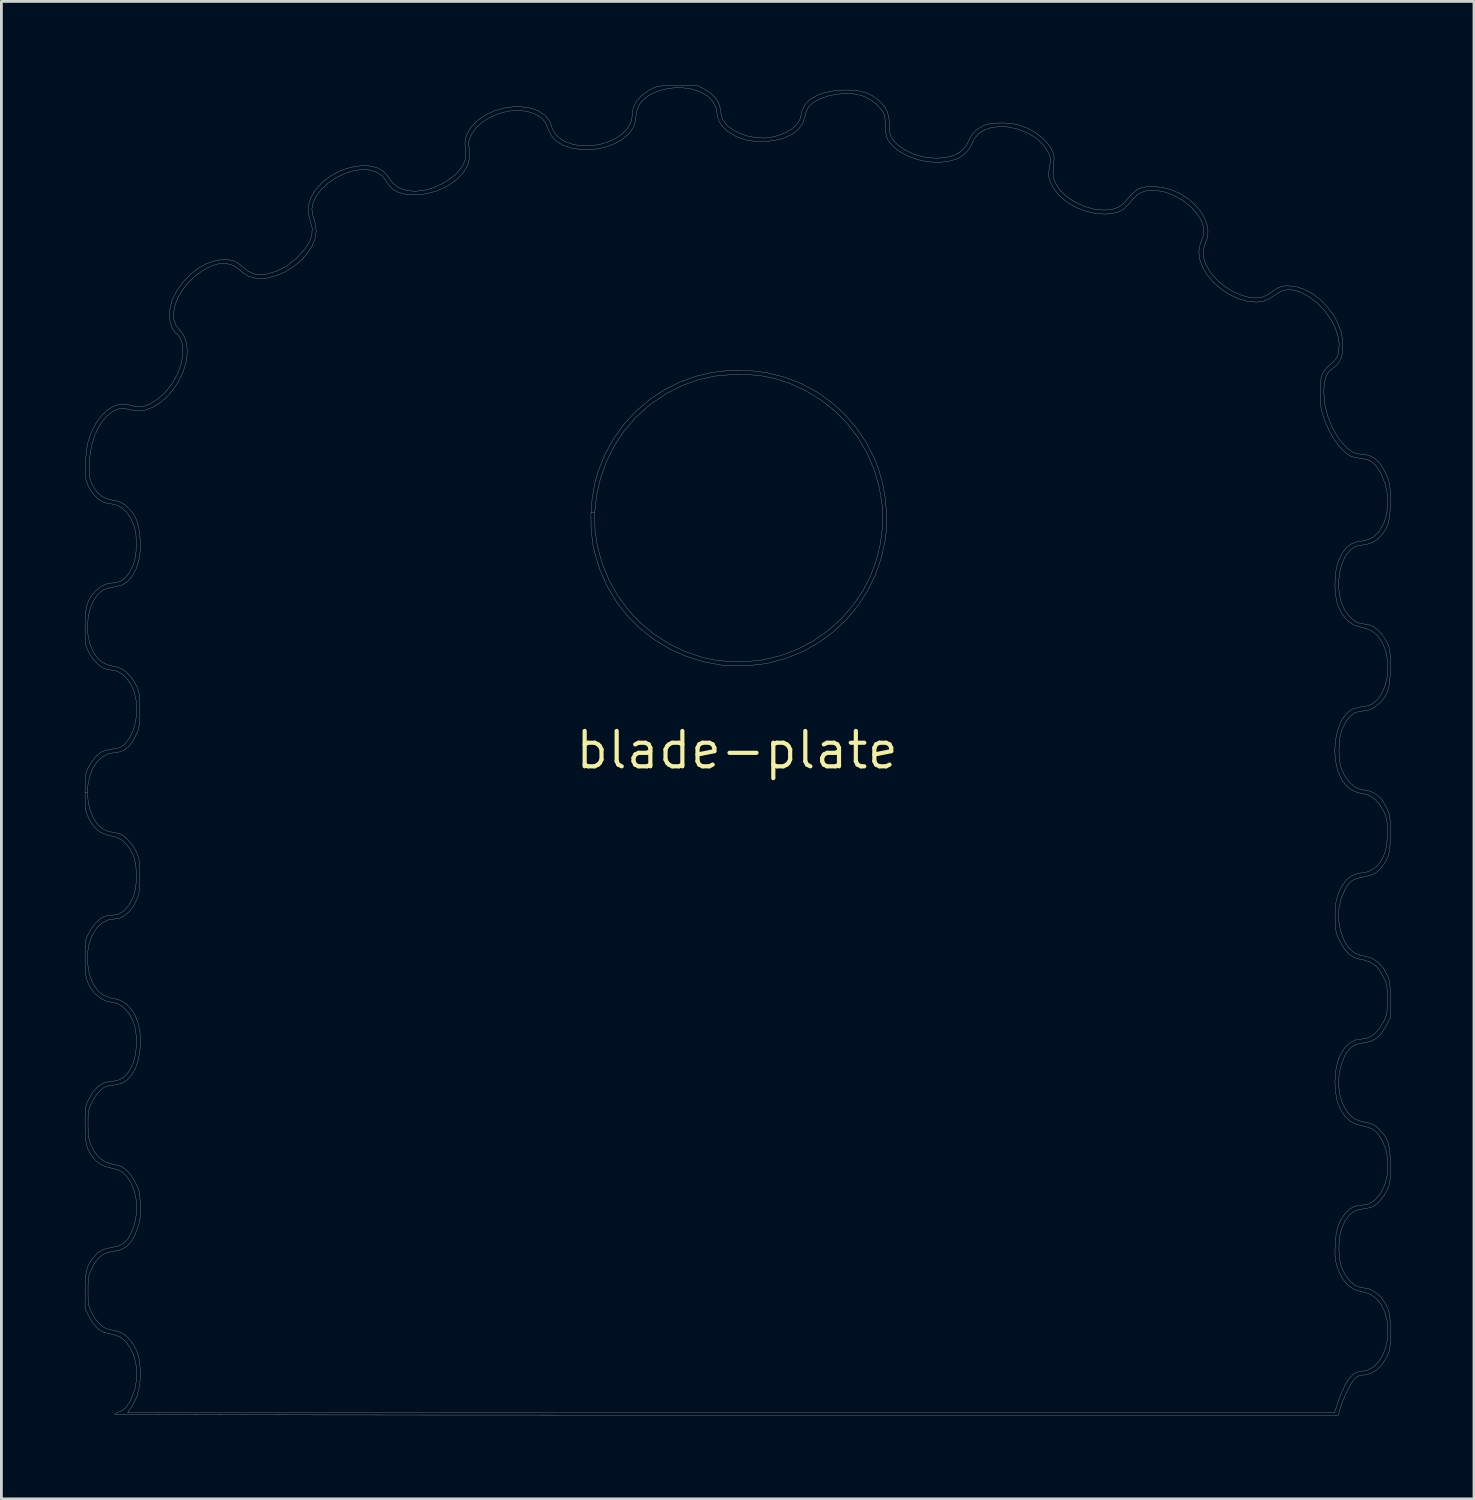
<source format=kicad_pcb>
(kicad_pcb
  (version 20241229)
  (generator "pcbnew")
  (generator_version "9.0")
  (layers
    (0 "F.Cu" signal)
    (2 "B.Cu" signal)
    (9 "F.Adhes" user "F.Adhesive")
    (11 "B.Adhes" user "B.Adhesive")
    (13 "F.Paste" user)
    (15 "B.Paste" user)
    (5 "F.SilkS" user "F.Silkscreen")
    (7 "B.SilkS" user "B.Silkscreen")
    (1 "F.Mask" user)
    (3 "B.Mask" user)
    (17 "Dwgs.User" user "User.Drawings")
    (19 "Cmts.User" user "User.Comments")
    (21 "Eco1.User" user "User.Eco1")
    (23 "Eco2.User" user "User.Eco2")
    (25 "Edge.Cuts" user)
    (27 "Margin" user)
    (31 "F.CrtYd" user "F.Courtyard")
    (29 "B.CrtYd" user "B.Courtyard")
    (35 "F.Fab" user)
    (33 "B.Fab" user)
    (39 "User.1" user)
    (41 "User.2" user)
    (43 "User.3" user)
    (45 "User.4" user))
  (footprint "blade-plate"
    (layer "F.Cu")
    (at 23.415 23.884)
    (property "Reference" "blade-plate" (at 0 0 0) (layer "F.SilkS") (effects (font (size 1.27 1.27) (thickness 0.15))))
    (attr through_hole)
    (fp_poly (pts (xy 0.396 -13.637) (xy 1.047 -13.556) (xy 1.701 -13.395) (xy 1.709 -13.392) (xy 2.306 -13.162) (xy 2.869 -12.858) (xy 3.391 -12.486) (xy 3.866 -12.054) (xy 4.287 -11.567) (xy 4.647 -11.031) (xy 4.941 -10.454) (xy 5.057 -10.16) (xy 5.221 -9.603) (xy 5.326 -9.011) (xy 5.37 -8.408) (xy 5.351 -7.821) (xy 5.318 -7.543) (xy 5.177 -6.896) (xy 4.962 -6.282) (xy 4.677 -5.704) (xy 4.327 -5.168) (xy 3.917 -4.68) (xy 3.452 -4.244) (xy 2.939 -3.866) (xy 2.38 -3.551) (xy 1.782 -3.305) (xy 1.15 -3.132) (xy 1.064 -3.115) (xy 0.788 -3.074) (xy 0.468 -3.045) (xy 0.133 -3.03) (xy -0.188 -3.028) (xy -0.465 -3.042) (xy -0.543 -3.05) (xy -1.208 -3.174) (xy -1.839 -3.372) (xy -2.432 -3.64) (xy -2.982 -3.973) (xy -3.485 -4.367) (xy -3.935 -4.818) (xy -4.327 -5.321) (xy -4.658 -5.871) (xy -4.923 -6.465) (xy -5.116 -7.097) (xy -5.186 -7.435) (xy -5.242 -7.934) (xy -5.248 -8.472) (xy -5.242 -8.542) (xy -5.112 -8.542) (xy -5.103 -7.922) (xy -5.018 -7.33) (xy -4.843 -6.696) (xy -4.595 -6.097) (xy -4.279 -5.538) (xy -3.9 -5.026) (xy -3.465 -4.565) (xy -2.977 -4.16) (xy -2.442 -3.816) (xy -1.866 -3.539) (xy -1.253 -3.333) (xy -0.845 -3.242) (xy -0.573 -3.207) (xy -0.247 -3.186) (xy 0.104 -3.182) (xy 0.451 -3.192) (xy 0.764 -3.218) (xy 0.915 -3.24) (xy 1.556 -3.392) (xy 2.165 -3.621) (xy 2.738 -3.923) (xy 3.269 -4.295) (xy 3.753 -4.732) (xy 4.183 -5.231) (xy 4.521 -5.73) (xy 4.793 -6.26) (xy 5.003 -6.832) (xy 5.147 -7.43) (xy 5.222 -8.036) (xy 5.223 -8.632) (xy 5.211 -8.777) (xy 5.106 -9.431) (xy 4.926 -10.058) (xy 4.673 -10.651) (xy 4.352 -11.204) (xy 3.967 -11.712) (xy 3.522 -12.168) (xy 3.021 -12.567) (xy 2.468 -12.902) (xy 2.451 -12.911) (xy 1.905 -13.162) (xy 1.372 -13.339) (xy 0.832 -13.449) (xy 0.265 -13.494) (xy -0.127 -13.492) (xy -0.782 -13.432) (xy -1.4 -13.297) (xy -1.987 -13.086) (xy -2.551 -12.796) (xy -3.097 -12.425) (xy -3.209 -12.337) (xy -3.669 -11.916) (xy -4.071 -11.439) (xy -4.414 -10.917) (xy -4.692 -10.356) (xy -4.903 -9.768) (xy -5.044 -9.16) (xy -5.112 -8.542) (xy -5.242 -8.542) (xy -5.206 -9.018) (xy -5.117 -9.547) (xy -4.992 -10.006) (xy -4.743 -10.625) (xy -4.427 -11.196) (xy -4.053 -11.714) (xy -3.625 -12.177) (xy -3.148 -12.582) (xy -2.63 -12.927) (xy -2.075 -13.208) (xy -1.489 -13.422) (xy -0.878 -13.567) (xy -0.248 -13.64) (xy 0.396 -13.637)) (stroke (width 0.01) (type solid)) (fill no) (layer "F.Fab"))
    (fp_poly (pts (xy -1.187 -23.74) (xy -0.962 -23.597) (xy -0.782 -23.425) (xy -0.661 -23.241) (xy -0.618 -23.102) (xy -0.596 -22.963) (xy -0.572 -22.812) (xy -0.571 -22.803) (xy -0.5 -22.611) (xy -0.357 -22.434) (xy -0.156 -22.277) (xy 0.091 -22.148) (xy 0.37 -22.051) (xy 0.669 -21.993) (xy 0.975 -21.978) (xy 1.213 -22.002) (xy 1.493 -22.072) (xy 1.755 -22.18) (xy 1.978 -22.313) (xy 2.141 -22.462) (xy 2.162 -22.489) (xy 2.234 -22.603) (xy 2.279 -22.697) (xy 2.286 -22.729) (xy 2.297 -22.813) (xy 2.324 -22.932) (xy 2.33 -22.954) (xy 2.433 -23.172) (xy 2.609 -23.356) (xy 2.851 -23.504) (xy 3.151 -23.613) (xy 3.505 -23.679) (xy 3.904 -23.701) (xy 4.022 -23.699) (xy 4.354 -23.67) (xy 4.628 -23.604) (xy 4.864 -23.495) (xy 5.083 -23.335) (xy 5.114 -23.307) (xy 5.294 -23.109) (xy 5.406 -22.892) (xy 5.459 -22.637) (xy 5.466 -22.454) (xy 5.473 -22.233) (xy 5.507 -22.067) (xy 5.581 -21.93) (xy 5.704 -21.792) (xy 5.76 -21.741) (xy 6.039 -21.541) (xy 6.373 -21.388) (xy 6.744 -21.29) (xy 7.133 -21.252) (xy 7.16 -21.252) (xy 7.508 -21.28) (xy 7.804 -21.364) (xy 8.043 -21.5) (xy 8.22 -21.686) (xy 8.319 -21.886) (xy 8.433 -22.103) (xy 8.614 -22.288) (xy 8.845 -22.425) (xy 8.924 -22.456) (xy 9.104 -22.495) (xy 9.338 -22.516) (xy 9.595 -22.518) (xy 9.844 -22.5) (xy 10.057 -22.463) (xy 10.07 -22.46) (xy 10.413 -22.337) (xy 10.727 -22.165) (xy 10.996 -21.954) (xy 11.204 -21.716) (xy 11.289 -21.577) (xy 11.348 -21.446) (xy 11.376 -21.336) (xy 11.379 -21.207) (xy 11.369 -21.085) (xy 11.349 -20.857) (xy 11.344 -20.691) (xy 11.357 -20.563) (xy 11.391 -20.452) (xy 11.447 -20.336) (xy 11.453 -20.325) (xy 11.587 -20.118) (xy 11.755 -19.942) (xy 11.976 -19.776) (xy 12.086 -19.707) (xy 12.445 -19.531) (xy 12.815 -19.424) (xy 13.16 -19.391) (xy 13.449 -19.414) (xy 13.675 -19.485) (xy 13.851 -19.605) (xy 13.906 -19.664) (xy 14.089 -19.876) (xy 14.24 -20.028) (xy 14.376 -20.13) (xy 14.516 -20.192) (xy 14.677 -20.224) (xy 14.876 -20.235) (xy 14.947 -20.235) (xy 15.279 -20.205) (xy 15.601 -20.118) (xy 15.903 -19.983) (xy 16.18 -19.808) (xy 16.422 -19.6) (xy 16.624 -19.369) (xy 16.777 -19.12) (xy 16.874 -18.864) (xy 16.909 -18.607) (xy 16.873 -18.357) (xy 16.815 -18.216) (xy 16.738 -17.981) (xy 16.74 -17.727) (xy 16.819 -17.461) (xy 16.972 -17.189) (xy 17.198 -16.919) (xy 17.242 -16.874) (xy 17.501 -16.655) (xy 17.782 -16.478) (xy 18.07 -16.347) (xy 18.355 -16.265) (xy 18.622 -16.237) (xy 18.86 -16.265) (xy 19.056 -16.354) (xy 19.062 -16.358) (xy 19.241 -16.486) (xy 19.372 -16.571) (xy 19.477 -16.624) (xy 19.574 -16.653) (xy 19.683 -16.668) (xy 19.727 -16.671) (xy 20.028 -16.652) (xy 20.337 -16.559) (xy 20.642 -16.4) (xy 20.933 -16.182) (xy 21.198 -15.914) (xy 21.425 -15.603) (xy 21.544 -15.389) (xy 21.685 -15.03) (xy 21.749 -14.675) (xy 21.749 -14.39) (xy 21.704 -14.12) (xy 21.607 -13.913) (xy 21.455 -13.758) (xy 21.396 -13.719) (xy 21.245 -13.591) (xy 21.141 -13.408) (xy 21.082 -13.164) (xy 21.064 -12.852) (xy 21.064 -12.848) (xy 21.102 -12.418) (xy 21.207 -11.989) (xy 21.369 -11.582) (xy 21.581 -11.217) (xy 21.762 -10.99) (xy 21.945 -10.81) (xy 22.112 -10.697) (xy 22.28 -10.639) (xy 22.433 -10.626) (xy 22.679 -10.588) (xy 22.897 -10.475) (xy 23.089 -10.285) (xy 23.255 -10.015) (xy 23.361 -9.767) (xy 23.4 -9.651) (xy 23.426 -9.534) (xy 23.442 -9.396) (xy 23.45 -9.215) (xy 23.453 -8.973) (xy 23.453 -8.932) (xy 23.446 -8.608) (xy 23.422 -8.35) (xy 23.378 -8.142) (xy 23.308 -7.966) (xy 23.207 -7.807) (xy 23.131 -7.711) (xy 22.976 -7.556) (xy 22.812 -7.454) (xy 22.611 -7.391) (xy 22.445 -7.364) (xy 22.278 -7.336) (xy 22.161 -7.294) (xy 22.061 -7.222) (xy 22.026 -7.19) (xy 21.875 -7.014) (xy 21.761 -6.804) (xy 21.672 -6.538) (xy 21.649 -6.446) (xy 21.603 -6.119) (xy 21.606 -5.769) (xy 21.658 -5.432) (xy 21.719 -5.231) (xy 21.818 -5.031) (xy 21.952 -4.846) (xy 22.104 -4.692) (xy 22.258 -4.589) (xy 22.358 -4.556) (xy 22.502 -4.533) (xy 22.655 -4.509) (xy 22.663 -4.508) (xy 22.831 -4.445) (xy 23.005 -4.316) (xy 23.169 -4.137) (xy 23.307 -3.924) (xy 23.332 -3.873) (xy 23.379 -3.77) (xy 23.412 -3.68) (xy 23.433 -3.584) (xy 23.445 -3.464) (xy 23.451 -3.302) (xy 23.453 -3.079) (xy 23.453 -2.997) (xy 23.446 -2.664) (xy 23.425 -2.4) (xy 23.383 -2.189) (xy 23.317 -2.014) (xy 23.222 -1.86) (xy 23.093 -1.711) (xy 23.071 -1.689) (xy 22.861 -1.519) (xy 22.638 -1.425) (xy 22.394 -1.397) (xy 22.202 -1.355) (xy 22.024 -1.232) (xy 21.864 -1.033) (xy 21.725 -0.76) (xy 21.71 -0.722) (xy 21.652 -0.507) (xy 21.619 -0.24) (xy 21.61 0.048) (xy 21.627 0.329) (xy 21.67 0.573) (xy 21.688 0.635) (xy 21.811 0.916) (xy 21.976 1.146) (xy 22.172 1.315) (xy 22.389 1.414) (xy 22.56 1.438) (xy 22.725 1.472) (xy 22.904 1.56) (xy 23.067 1.685) (xy 23.149 1.776) (xy 23.224 1.894) (xy 23.308 2.046) (xy 23.35 2.13) (xy 23.39 2.224) (xy 23.418 2.314) (xy 23.436 2.418) (xy 23.447 2.554) (xy 23.451 2.74) (xy 23.452 2.969) (xy 23.449 3.265) (xy 23.436 3.495) (xy 23.41 3.676) (xy 23.366 3.827) (xy 23.301 3.966) (xy 23.21 4.111) (xy 23.2 4.125) (xy 23.061 4.299) (xy 22.909 4.419) (xy 22.72 4.499) (xy 22.493 4.551) (xy 22.269 4.6) (xy 22.107 4.667) (xy 21.983 4.767) (xy 21.875 4.915) (xy 21.84 4.976) (xy 21.685 5.333) (xy 21.604 5.717) (xy 21.598 6.11) (xy 21.666 6.497) (xy 21.809 6.862) (xy 21.816 6.875) (xy 21.976 7.115) (xy 22.168 7.278) (xy 22.398 7.371) (xy 22.491 7.387) (xy 22.774 7.464) (xy 23.015 7.614) (xy 23.214 7.837) (xy 23.371 8.133) (xy 23.382 8.161) (xy 23.412 8.259) (xy 23.433 8.385) (xy 23.446 8.553) (xy 23.452 8.78) (xy 23.453 8.973) (xy 23.453 9.604) (xy 23.294 9.914) (xy 23.138 10.165) (xy 22.964 10.342) (xy 22.758 10.453) (xy 22.507 10.507) (xy 22.482 10.51) (xy 22.236 10.561) (xy 22.042 10.673) (xy 21.887 10.853) (xy 21.822 10.966) (xy 21.688 11.303) (xy 21.613 11.658) (xy 21.597 12.015) (xy 21.637 12.36) (xy 21.732 12.678) (xy 21.881 12.953) (xy 22.015 13.112) (xy 22.117 13.201) (xy 22.225 13.265) (xy 22.362 13.316) (xy 22.553 13.363) (xy 22.623 13.377) (xy 22.782 13.419) (xy 22.904 13.481) (xy 23.028 13.584) (xy 23.072 13.628) (xy 23.206 13.777) (xy 23.306 13.929) (xy 23.376 14.1) (xy 23.42 14.306) (xy 23.445 14.562) (xy 23.453 14.884) (xy 23.453 14.935) (xy 23.452 15.18) (xy 23.448 15.358) (xy 23.438 15.489) (xy 23.42 15.59) (xy 23.39 15.68) (xy 23.348 15.778) (xy 23.332 15.812) (xy 23.222 16) (xy 23.083 16.178) (xy 23.018 16.243) (xy 22.922 16.327) (xy 22.835 16.384) (xy 22.737 16.423) (xy 22.602 16.452) (xy 22.41 16.481) (xy 22.379 16.485) (xy 22.167 16.55) (xy 21.984 16.689) (xy 21.829 16.903) (xy 21.707 17.172) (xy 21.644 17.414) (xy 21.612 17.702) (xy 21.61 18.007) (xy 21.638 18.3) (xy 21.695 18.55) (xy 21.714 18.6) (xy 21.844 18.857) (xy 22.007 19.066) (xy 22.193 19.215) (xy 22.39 19.294) (xy 22.487 19.305) (xy 22.707 19.347) (xy 22.921 19.461) (xy 23.116 19.636) (xy 23.277 19.86) (xy 23.368 20.054) (xy 23.403 20.161) (xy 23.427 20.276) (xy 23.442 20.416) (xy 23.45 20.601) (xy 23.453 20.848) (xy 23.453 20.904) (xy 23.452 21.148) (xy 23.448 21.327) (xy 23.438 21.457) (xy 23.42 21.558) (xy 23.391 21.647) (xy 23.348 21.744) (xy 23.331 21.78) (xy 23.17 22.044) (xy 22.974 22.245) (xy 22.752 22.378) (xy 22.513 22.435) (xy 22.465 22.437) (xy 22.319 22.466) (xy 22.209 22.525) (xy 22.136 22.609) (xy 22.043 22.754) (xy 21.942 22.941) (xy 21.84 23.15) (xy 21.748 23.363) (xy 21.675 23.561) (xy 21.653 23.633) (xy 21.584 23.876) (xy -0.384 23.876) (xy -1.822 23.876) (xy -3.231 23.876) (xy -4.607 23.875) (xy -5.949 23.875) (xy -7.255 23.874) (xy -8.522 23.874) (xy -9.749 23.873) (xy -10.932 23.872) (xy -12.07 23.871) (xy -13.16 23.869) (xy -14.201 23.868) (xy -15.19 23.867) (xy -16.124 23.865) (xy -17.003 23.864) (xy -17.823 23.862) (xy -18.582 23.86) (xy -19.279 23.858) (xy -19.91 23.856) (xy -20.474 23.854) (xy -20.968 23.852) (xy -21.391 23.85) (xy -21.74 23.848) (xy -22.012 23.846) (xy -22.207 23.843) (xy -22.32 23.841) (xy -22.352 23.839) (xy -22.316 23.805) (xy -22.234 23.778) (xy -22.066 23.709) (xy -21.916 23.567) (xy -21.778 23.347) (xy -21.761 23.313) (xy -21.62 22.936) (xy -21.554 22.545) (xy -21.563 22.154) (xy -21.647 21.778) (xy -21.779 21.477) (xy -21.946 21.238) (xy -22.144 21.076) (xy -22.378 20.985) (xy -22.474 20.969) (xy -22.727 20.907) (xy -22.941 20.781) (xy -23.122 20.584) (xy -23.251 20.37) (xy -23.41 20.06) (xy -23.41 19.436) (xy -23.407 19.131) (xy -23.392 18.894) (xy -23.364 18.706) (xy -23.317 18.549) (xy -23.247 18.406) (xy -23.151 18.26) (xy -23.134 18.236) (xy -22.95 18.042) (xy -22.729 17.916) (xy -22.456 17.853) (xy -22.45 17.852) (xy -22.206 17.801) (xy -22.022 17.705) (xy -21.879 17.553) (xy -21.863 17.53) (xy -21.703 17.224) (xy -21.601 16.886) (xy -21.557 16.533) (xy -21.57 16.18) (xy -21.638 15.843) (xy -21.761 15.537) (xy -21.939 15.278) (xy -21.985 15.229) (xy -22.112 15.124) (xy -22.256 15.06) (xy -22.382 15.03) (xy -22.665 14.957) (xy -22.883 14.854) (xy -23.055 14.711) (xy -23.133 14.617) (xy -23.234 14.467) (xy -23.308 14.323) (xy -23.358 14.169) (xy -23.389 13.985) (xy -23.405 13.755) (xy -23.41 13.46) (xy -23.41 13.423) (xy -23.409 13.175) (xy -23.404 12.995) (xy -23.393 12.862) (xy -23.374 12.76) (xy -23.344 12.671) (xy -23.307 12.586) (xy -23.14 12.291) (xy -22.951 12.078) (xy -22.742 11.946) (xy -22.51 11.896) (xy -22.485 11.896) (xy -22.238 11.858) (xy -22.027 11.746) (xy -21.851 11.558) (xy -21.708 11.292) (xy -21.664 11.177) (xy -21.598 10.907) (xy -21.567 10.598) (xy -21.571 10.281) (xy -21.609 9.984) (xy -21.672 9.763) (xy -21.788 9.531) (xy -21.937 9.331) (xy -22.103 9.178) (xy -22.275 9.083) (xy -22.403 9.059) (xy -22.638 9.018) (xy -22.864 8.905) (xy -23.067 8.731) (xy -23.233 8.508) (xy -23.32 8.325) (xy -23.357 8.215) (xy -23.382 8.103) (xy -23.398 7.97) (xy -23.407 7.798) (xy -23.41 7.567) (xy -23.41 7.46) (xy -23.41 7.215) (xy -23.405 7.037) (xy -23.396 6.907) (xy -23.378 6.806) (xy -23.348 6.716) (xy -23.306 6.62) (xy -23.288 6.583) (xy -23.163 6.37) (xy -23.008 6.182) (xy -22.843 6.039) (xy -22.72 5.972) (xy -22.598 5.942) (xy -22.45 5.927) (xy -22.423 5.927) (xy -22.204 5.886) (xy -22.007 5.765) (xy -21.836 5.567) (xy -21.693 5.295) (xy -21.664 5.222) (xy -21.602 4.981) (xy -21.57 4.692) (xy -21.568 4.387) (xy -21.596 4.095) (xy -21.653 3.845) (xy -21.671 3.794) (xy -21.783 3.574) (xy -21.929 3.379) (xy -22.093 3.227) (xy -22.259 3.132) (xy -22.331 3.113) (xy -22.632 3.045) (xy -22.869 2.94) (xy -23.056 2.786) (xy -23.211 2.572) (xy -23.284 2.433) (xy -23.332 2.329) (xy -23.366 2.24) (xy -23.389 2.147) (xy -23.402 2.034) (xy -23.408 1.883) (xy -23.41 1.675) (xy -23.41 1.524) (xy -23.326 1.524) (xy -23.299 1.859) (xy -23.224 2.173) (xy -23.106 2.45) (xy -22.952 2.675) (xy -22.768 2.835) (xy -22.765 2.837) (xy -22.634 2.895) (xy -22.478 2.938) (xy -22.438 2.944) (xy -22.291 2.97) (xy -22.16 3.003) (xy -22.131 3.013) (xy -22.001 3.094) (xy -21.856 3.231) (xy -21.715 3.405) (xy -21.598 3.592) (xy -21.544 3.706) (xy -21.501 3.82) (xy -21.473 3.929) (xy -21.455 4.051) (xy -21.447 4.209) (xy -21.444 4.423) (xy -21.444 4.53) (xy -21.446 4.776) (xy -21.454 4.958) (xy -21.47 5.097) (xy -21.495 5.211) (xy -21.533 5.321) (xy -21.539 5.337) (xy -21.665 5.587) (xy -21.823 5.794) (xy -22 5.948) (xy -22.184 6.036) (xy -22.302 6.054) (xy -22.571 6.092) (xy -22.805 6.207) (xy -23.001 6.396) (xy -23.158 6.655) (xy -23.268 6.964) (xy -23.315 7.242) (xy -23.323 7.556) (xy -23.293 7.868) (xy -23.241 8.095) (xy -23.115 8.404) (xy -22.95 8.64) (xy -22.744 8.803) (xy -22.494 8.896) (xy -22.416 8.909) (xy -22.154 8.977) (xy -21.935 9.105) (xy -21.75 9.301) (xy -21.601 9.547) (xy -21.498 9.821) (xy -21.439 10.136) (xy -21.421 10.475) (xy -21.443 10.817) (xy -21.505 11.142) (xy -21.603 11.431) (xy -21.738 11.664) (xy -21.751 11.68) (xy -21.901 11.841) (xy -22.049 11.942) (xy -22.229 12) (xy -22.36 12.021) (xy -22.516 12.045) (xy -22.647 12.075) (xy -22.716 12.099) (xy -22.859 12.21) (xy -23.006 12.379) (xy -23.139 12.586) (xy -23.186 12.679) (xy -23.238 12.798) (xy -23.272 12.903) (xy -23.292 13.019) (xy -23.302 13.167) (xy -23.304 13.371) (xy -23.304 13.42) (xy -23.301 13.668) (xy -23.287 13.854) (xy -23.261 13.999) (xy -23.224 14.118) (xy -23.082 14.412) (xy -22.907 14.631) (xy -22.692 14.781) (xy -22.431 14.867) (xy -22.341 14.881) (xy -22.119 14.943) (xy -21.924 15.073) (xy -21.748 15.277) (xy -21.614 15.506) (xy -21.541 15.653) (xy -21.492 15.771) (xy -21.462 15.884) (xy -21.444 16.019) (xy -21.433 16.2) (xy -21.429 16.316) (xy -21.423 16.549) (xy -21.427 16.724) (xy -21.444 16.869) (xy -21.476 17.009) (xy -21.5 17.089) (xy -21.618 17.407) (xy -21.755 17.649) (xy -21.917 17.821) (xy -22.112 17.931) (xy -22.346 17.986) (xy -22.36 17.988) (xy -22.593 18.031) (xy -22.781 18.113) (xy -22.939 18.246) (xy -23.079 18.441) (xy -23.207 18.69) (xy -23.25 18.795) (xy -23.278 18.899) (xy -23.295 19.025) (xy -23.303 19.194) (xy -23.304 19.41) (xy -23.303 19.632) (xy -23.296 19.792) (xy -23.28 19.913) (xy -23.252 20.018) (xy -23.207 20.129) (xy -23.182 20.182) (xy -23.049 20.413) (xy -22.888 20.604) (xy -22.712 20.739) (xy -22.537 20.806) (xy -22.536 20.806) (xy -22.3 20.851) (xy -22.126 20.909) (xy -21.987 20.988) (xy -21.863 21.099) (xy -21.678 21.331) (xy -21.546 21.592) (xy -21.463 21.895) (xy -21.425 22.254) (xy -21.422 22.422) (xy -21.453 22.842) (xy -21.55 23.214) (xy -21.715 23.544) (xy -21.736 23.576) (xy -21.881 23.791) (xy 21.45 23.791) (xy 21.565 23.442) (xy 21.706 23.057) (xy 21.85 22.754) (xy 21.998 22.531) (xy 22.152 22.386) (xy 22.313 22.317) (xy 22.387 22.31) (xy 22.622 22.27) (xy 22.835 22.155) (xy 23.021 21.976) (xy 23.173 21.74) (xy 23.286 21.457) (xy 23.352 21.136) (xy 23.368 20.874) (xy 23.34 20.505) (xy 23.258 20.18) (xy 23.128 19.906) (xy 22.953 19.689) (xy 22.738 19.536) (xy 22.487 19.455) (xy 22.454 19.45) (xy 22.183 19.376) (xy 21.95 19.227) (xy 21.756 19.004) (xy 21.603 18.707) (xy 21.541 18.53) (xy 21.5 18.379) (xy 21.476 18.239) (xy 21.466 18.081) (xy 21.469 17.88) (xy 21.473 17.766) (xy 21.504 17.416) (xy 21.564 17.129) (xy 21.66 16.89) (xy 21.797 16.68) (xy 21.832 16.637) (xy 22.006 16.468) (xy 22.181 16.373) (xy 22.376 16.341) (xy 22.389 16.341) (xy 22.617 16.313) (xy 22.811 16.22) (xy 22.938 16.116) (xy 23.119 15.887) (xy 23.253 15.605) (xy 23.336 15.286) (xy 23.368 14.948) (xy 23.348 14.606) (xy 23.274 14.278) (xy 23.146 13.981) (xy 23.107 13.917) (xy 22.961 13.726) (xy 22.801 13.6) (xy 22.6 13.523) (xy 22.494 13.5) (xy 22.215 13.426) (xy 21.998 13.312) (xy 21.823 13.144) (xy 21.672 12.908) (xy 21.652 12.869) (xy 21.54 12.577) (xy 21.479 12.235) (xy 21.464 11.917) (xy 21.489 11.537) (xy 21.559 11.199) (xy 21.672 10.91) (xy 21.822 10.675) (xy 22.006 10.503) (xy 22.218 10.4) (xy 22.416 10.372) (xy 22.652 10.331) (xy 22.866 10.209) (xy 23.057 10.009) (xy 23.221 9.73) (xy 23.228 9.716) (xy 23.279 9.599) (xy 23.313 9.497) (xy 23.333 9.385) (xy 23.343 9.243) (xy 23.347 9.047) (xy 23.347 8.954) (xy 23.345 8.725) (xy 23.336 8.559) (xy 23.319 8.435) (xy 23.29 8.331) (xy 23.249 8.234) (xy 23.102 7.958) (xy 22.941 7.757) (xy 22.754 7.621) (xy 22.53 7.539) (xy 22.384 7.513) (xy 22.161 7.451) (xy 21.966 7.321) (xy 21.791 7.117) (xy 21.656 6.888) (xy 21.583 6.74) (xy 21.534 6.622) (xy 21.504 6.509) (xy 21.486 6.373) (xy 21.476 6.191) (xy 21.471 6.082) (xy 21.47 5.752) (xy 21.498 5.476) (xy 21.561 5.227) (xy 21.663 4.979) (xy 21.695 4.912) (xy 21.855 4.678) (xy 22.056 4.512) (xy 22.291 4.421) (xy 22.463 4.403) (xy 22.648 4.367) (xy 22.838 4.269) (xy 23.005 4.128) (xy 23.079 4.035) (xy 23.195 3.836) (xy 23.274 3.642) (xy 23.321 3.427) (xy 23.343 3.168) (xy 23.346 2.963) (xy 23.344 2.745) (xy 23.336 2.587) (xy 23.319 2.467) (xy 23.287 2.359) (xy 23.238 2.241) (xy 23.224 2.212) (xy 23.091 1.981) (xy 22.93 1.791) (xy 22.754 1.655) (xy 22.579 1.589) (xy 22.578 1.588) (xy 22.291 1.526) (xy 22.068 1.432) (xy 21.89 1.296) (xy 21.74 1.106) (xy 21.699 1.039) (xy 21.565 0.735) (xy 21.485 0.387) (xy 21.459 0.016) (xy 21.485 -0.359) (xy 21.563 -0.717) (xy 21.692 -1.037) (xy 21.77 -1.169) (xy 21.927 -1.357) (xy 22.105 -1.477) (xy 22.328 -1.541) (xy 22.424 -1.553) (xy 22.587 -1.581) (xy 22.738 -1.627) (xy 22.805 -1.659) (xy 22.997 -1.821) (xy 23.151 -2.045) (xy 23.266 -2.316) (xy 23.338 -2.619) (xy 23.367 -2.94) (xy 23.35 -3.263) (xy 23.285 -3.573) (xy 23.169 -3.856) (xy 23.127 -3.929) (xy 22.96 -4.147) (xy 22.771 -4.293) (xy 22.541 -4.38) (xy 22.443 -4.399) (xy 22.164 -4.482) (xy 21.93 -4.636) (xy 21.739 -4.861) (xy 21.59 -5.159) (xy 21.541 -5.303) (xy 21.49 -5.553) (xy 21.466 -5.848) (xy 21.471 -6.158) (xy 21.503 -6.454) (xy 21.56 -6.707) (xy 21.582 -6.768) (xy 21.714 -7.051) (xy 21.863 -7.259) (xy 22.039 -7.399) (xy 22.252 -7.481) (xy 22.407 -7.506) (xy 22.656 -7.556) (xy 22.856 -7.659) (xy 23.03 -7.83) (xy 23.059 -7.867) (xy 23.22 -8.144) (xy 23.321 -8.466) (xy 23.364 -8.818) (xy 23.348 -9.185) (xy 23.272 -9.549) (xy 23.136 -9.897) (xy 23.099 -9.967) (xy 22.957 -10.189) (xy 22.809 -10.34) (xy 22.637 -10.43) (xy 22.425 -10.473) (xy 22.405 -10.475) (xy 22.239 -10.498) (xy 22.086 -10.535) (xy 22.006 -10.566) (xy 21.811 -10.705) (xy 21.613 -10.913) (xy 21.423 -11.178) (xy 21.25 -11.486) (xy 21.103 -11.822) (xy 21.033 -12.023) (xy 20.987 -12.191) (xy 20.957 -12.353) (xy 20.94 -12.537) (xy 20.934 -12.769) (xy 20.934 -12.848) (xy 20.94 -13.123) (xy 20.963 -13.333) (xy 21.011 -13.498) (xy 21.09 -13.637) (xy 21.21 -13.769) (xy 21.329 -13.875) (xy 21.453 -13.988) (xy 21.527 -14.088) (xy 21.574 -14.207) (xy 21.595 -14.291) (xy 21.618 -14.581) (xy 21.57 -14.888) (xy 21.46 -15.2) (xy 21.294 -15.506) (xy 21.082 -15.793) (xy 20.832 -16.052) (xy 20.552 -16.268) (xy 20.251 -16.432) (xy 20.029 -16.509) (xy 19.788 -16.539) (xy 19.563 -16.491) (xy 19.34 -16.362) (xy 19.316 -16.344) (xy 19.097 -16.197) (xy 18.887 -16.115) (xy 18.656 -16.087) (xy 18.629 -16.087) (xy 18.3 -16.122) (xy 17.971 -16.221) (xy 17.653 -16.374) (xy 17.357 -16.573) (xy 17.094 -16.808) (xy 16.874 -17.069) (xy 16.708 -17.347) (xy 16.606 -17.634) (xy 16.58 -17.86) (xy 16.605 -18.102) (xy 16.671 -18.276) (xy 16.752 -18.517) (xy 16.749 -18.767) (xy 16.662 -19.026) (xy 16.659 -19.032) (xy 16.486 -19.301) (xy 16.256 -19.543) (xy 15.982 -19.752) (xy 15.681 -19.918) (xy 15.367 -20.036) (xy 15.055 -20.096) (xy 14.759 -20.093) (xy 14.624 -20.065) (xy 14.484 -20.01) (xy 14.349 -19.918) (xy 14.204 -19.777) (xy 14.034 -19.576) (xy 13.867 -19.417) (xy 13.659 -19.312) (xy 13.397 -19.258) (xy 13.188 -19.248) (xy 12.812 -19.28) (xy 12.448 -19.372) (xy 12.107 -19.517) (xy 11.802 -19.707) (xy 11.543 -19.936) (xy 11.345 -20.195) (xy 11.217 -20.477) (xy 11.216 -20.48) (xy 11.189 -20.603) (xy 11.185 -20.729) (xy 11.207 -20.892) (xy 11.217 -20.948) (xy 11.244 -21.108) (xy 11.25 -21.218) (xy 11.233 -21.311) (xy 11.191 -21.419) (xy 11.187 -21.426) (xy 11.017 -21.708) (xy 10.773 -21.949) (xy 10.46 -22.146) (xy 10.095 -22.293) (xy 9.756 -22.372) (xy 9.433 -22.391) (xy 9.137 -22.355) (xy 8.878 -22.266) (xy 8.665 -22.128) (xy 8.508 -21.942) (xy 8.434 -21.774) (xy 8.353 -21.614) (xy 8.215 -21.451) (xy 8.047 -21.311) (xy 7.898 -21.229) (xy 7.574 -21.135) (xy 7.215 -21.102) (xy 6.839 -21.127) (xy 6.466 -21.206) (xy 6.116 -21.335) (xy 5.808 -21.511) (xy 5.671 -21.62) (xy 5.52 -21.767) (xy 5.421 -21.898) (xy 5.361 -22.041) (xy 5.332 -22.22) (xy 5.321 -22.435) (xy 5.314 -22.623) (xy 5.3 -22.751) (xy 5.272 -22.847) (xy 5.223 -22.937) (xy 5.184 -22.994) (xy 5.003 -23.193) (xy 4.767 -23.366) (xy 4.503 -23.493) (xy 4.433 -23.516) (xy 4.162 -23.568) (xy 3.864 -23.578) (xy 3.558 -23.548) (xy 3.26 -23.485) (xy 2.988 -23.39) (xy 2.759 -23.269) (xy 2.591 -23.125) (xy 2.556 -23.079) (xy 2.491 -22.95) (xy 2.444 -22.795) (xy 2.437 -22.759) (xy 2.359 -22.513) (xy 2.208 -22.299) (xy 1.99 -22.122) (xy 1.712 -21.986) (xy 1.38 -21.895) (xy 1.035 -21.854) (xy 0.673 -21.855) (xy 0.357 -21.9) (xy 0.06 -21.995) (xy -0.066 -22.052) (xy -0.337 -22.213) (xy -0.539 -22.403) (xy -0.668 -22.614) (xy -0.719 -22.84) (xy -0.72 -22.866) (xy -0.756 -23.058) (xy -0.852 -23.255) (xy -0.994 -23.429) (xy -1.072 -23.495) (xy -1.331 -23.642) (xy -1.629 -23.737) (xy -1.951 -23.782) (xy -2.282 -23.779) (xy -2.607 -23.731) (xy -2.911 -23.638) (xy -3.179 -23.503) (xy -3.396 -23.328) (xy -3.512 -23.18) (xy -3.586 -23.004) (xy -3.628 -22.777) (xy -3.629 -22.764) (xy -3.655 -22.593) (xy -3.696 -22.432) (xy -3.729 -22.348) (xy -3.88 -22.134) (xy -4.101 -21.944) (xy -4.376 -21.785) (xy -4.691 -21.664) (xy -5.034 -21.585) (xy -5.389 -21.555) (xy -5.544 -21.559) (xy -5.923 -21.61) (xy -6.238 -21.712) (xy -6.489 -21.864) (xy -6.673 -22.065) (xy -6.788 -22.314) (xy -6.789 -22.317) (xy -6.884 -22.538) (xy -7.031 -22.708) (xy -7.24 -22.836) (xy -7.517 -22.927) (xy -7.591 -22.943) (xy -7.904 -22.973) (xy -8.231 -22.941) (xy -8.557 -22.856) (xy -8.866 -22.723) (xy -9.142 -22.551) (xy -9.37 -22.345) (xy -9.535 -22.114) (xy -9.567 -22.048) (xy -9.62 -21.908) (xy -9.639 -21.796) (xy -9.628 -21.668) (xy -9.615 -21.594) (xy -9.599 -21.301) (xy -9.667 -21.02) (xy -9.817 -20.755) (xy -10.049 -20.505) (xy -10.064 -20.492) (xy -10.412 -20.246) (xy -10.803 -20.069) (xy -11.225 -19.966) (xy -11.583 -19.94) (xy -11.91 -19.962) (xy -12.174 -20.032) (xy -12.383 -20.155) (xy -12.547 -20.335) (xy -12.621 -20.459) (xy -12.747 -20.627) (xy -12.933 -20.748) (xy -13.188 -20.828) (xy -13.193 -20.829) (xy -13.475 -20.849) (xy -13.781 -20.803) (xy -14.097 -20.701) (xy -14.404 -20.55) (xy -14.686 -20.36) (xy -14.926 -20.139) (xy -15.108 -19.894) (xy -15.123 -19.868) (xy -15.227 -19.636) (xy -15.267 -19.431) (xy -15.243 -19.229) (xy -15.201 -19.101) (xy -15.135 -18.861) (xy -15.113 -18.632) (xy -15.153 -18.358) (xy -15.267 -18.084) (xy -15.442 -17.818) (xy -15.669 -17.571) (xy -15.937 -17.352) (xy -16.234 -17.169) (xy -16.55 -17.033) (xy -16.873 -16.952) (xy -17.108 -16.933) (xy -17.354 -16.955) (xy -17.565 -17.027) (xy -17.767 -17.161) (xy -17.867 -17.249) (xy -18.087 -17.403) (xy -18.331 -17.476) (xy -18.598 -17.469) (xy -18.887 -17.382) (xy -19.195 -17.215) (xy -19.452 -17.026) (xy -19.705 -16.788) (xy -19.912 -16.528) (xy -20.071 -16.256) (xy -20.177 -15.983) (xy -20.229 -15.72) (xy -20.222 -15.476) (xy -20.154 -15.263) (xy -20.023 -15.092) (xy -19.878 -14.906) (xy -19.783 -14.664) (xy -19.742 -14.382) (xy -19.757 -14.075) (xy -19.787 -13.912) (xy -19.899 -13.559) (xy -20.058 -13.23) (xy -20.256 -12.933) (xy -20.484 -12.674) (xy -20.734 -12.462) (xy -20.997 -12.303) (xy -21.264 -12.206) (xy -21.528 -12.178) (xy -21.739 -12.212) (xy -21.991 -12.265) (xy -22.207 -12.253) (xy -22.406 -12.172) (xy -22.605 -12.016) (xy -22.673 -11.949) (xy -22.887 -11.668) (xy -23.056 -11.326) (xy -23.177 -10.933) (xy -23.246 -10.503) (xy -23.26 -10.202) (xy -23.259 -9.994) (xy -23.251 -9.846) (xy -23.23 -9.732) (xy -23.194 -9.626) (xy -23.141 -9.511) (xy -22.996 -9.286) (xy -22.813 -9.116) (xy -22.608 -9.014) (xy -22.527 -8.995) (xy -22.297 -8.951) (xy -22.125 -8.894) (xy -21.986 -8.812) (xy -21.852 -8.693) (xy -21.838 -8.68) (xy -21.682 -8.491) (xy -21.569 -8.284) (xy -21.492 -8.042) (xy -21.447 -7.748) (xy -21.431 -7.507) (xy -21.434 -7.122) (xy -21.483 -6.792) (xy -21.582 -6.498) (xy -21.71 -6.261) (xy -21.872 -6.064) (xy -22.069 -5.936) (xy -22.318 -5.867) (xy -22.376 -5.859) (xy -22.542 -5.829) (xy -22.696 -5.781) (xy -22.769 -5.746) (xy -22.959 -5.585) (xy -23.112 -5.361) (xy -23.226 -5.09) (xy -23.297 -4.786) (xy -23.325 -4.465) (xy -23.307 -4.141) (xy -23.24 -3.829) (xy -23.123 -3.543) (xy -23.097 -3.496) (xy -22.966 -3.307) (xy -22.816 -3.17) (xy -22.628 -3.074) (xy -22.384 -3.007) (xy -22.251 -2.983) (xy -22.095 -2.923) (xy -21.929 -2.801) (xy -21.768 -2.632) (xy -21.629 -2.435) (xy -21.544 -2.264) (xy -21.502 -2.149) (xy -21.473 -2.041) (xy -21.456 -1.918) (xy -21.447 -1.761) (xy -21.444 -1.547) (xy -21.444 -1.439) (xy -21.446 -1.193) (xy -21.454 -1.01) (xy -21.47 -0.872) (xy -21.495 -0.758) (xy -21.533 -0.647) (xy -21.539 -0.633) (xy -21.684 -0.338) (xy -21.853 -0.119) (xy -22.045 0.022) (xy -22.256 0.082) (xy -22.309 0.085) (xy -22.561 0.124) (xy -22.786 0.238) (xy -22.98 0.419) (xy -23.136 0.657) (xy -23.248 0.947) (xy -23.313 1.279) (xy -23.326 1.524) (xy -23.41 1.524) (xy -23.41 1.518) (xy -23.409 1.264) (xy -23.404 1.077) (xy -23.394 0.94) (xy -23.377 0.837) (xy -23.35 0.749) (xy -23.313 0.66) (xy -23.31 0.653) (xy -23.183 0.431) (xy -23.028 0.237) (xy -22.865 0.093) (xy -22.804 0.056) (xy -22.692 0.015) (xy -22.535 -0.022) (xy -22.403 -0.044) (xy -22.228 -0.074) (xy -22.105 -0.121) (xy -22.006 -0.197) (xy -22.005 -0.198) (xy -21.822 -0.426) (xy -21.684 -0.711) (xy -21.594 -1.035) (xy -21.554 -1.381) (xy -21.569 -1.733) (xy -21.64 -2.072) (xy -21.676 -2.178) (xy -21.784 -2.393) (xy -21.928 -2.586) (xy -22.091 -2.739) (xy -22.259 -2.835) (xy -22.337 -2.857) (xy -22.485 -2.88) (xy -22.624 -2.901) (xy -22.633 -2.903) (xy -22.778 -2.959) (xy -22.938 -3.076) (xy -23.095 -3.236) (xy -23.229 -3.423) (xy -23.289 -3.533) (xy -23.337 -3.637) (xy -23.37 -3.728) (xy -23.391 -3.824) (xy -23.403 -3.944) (xy -23.409 -4.106) (xy -23.41 -4.329) (xy -23.41 -4.412) (xy -23.404 -4.743) (xy -23.383 -5.006) (xy -23.341 -5.217) (xy -23.275 -5.392) (xy -23.18 -5.548) (xy -23.051 -5.699) (xy -23.035 -5.716) (xy -22.829 -5.887) (xy -22.606 -5.982) (xy -22.352 -6.011) (xy -22.159 -6.053) (xy -21.981 -6.176) (xy -21.821 -6.375) (xy -21.683 -6.648) (xy -21.668 -6.686) (xy -21.61 -6.901) (xy -21.577 -7.168) (xy -21.568 -7.457) (xy -21.585 -7.738) (xy -21.627 -7.981) (xy -21.645 -8.043) (xy -21.768 -8.323) (xy -21.931 -8.551) (xy -22.125 -8.721) (xy -22.34 -8.822) (xy -22.512 -8.847) (xy -22.725 -8.889) (xy -22.929 -9.005) (xy -23.113 -9.185) (xy -23.265 -9.418) (xy -23.331 -9.567) (xy -23.369 -9.679) (xy -23.393 -9.786) (xy -23.404 -9.911) (xy -23.405 -10.074) (xy -23.397 -10.299) (xy -23.397 -10.308) (xy -23.381 -10.537) (xy -23.357 -10.764) (xy -23.328 -10.958) (xy -23.304 -11.07) (xy -23.182 -11.421) (xy -23.024 -11.731) (xy -22.837 -11.992) (xy -22.628 -12.198) (xy -22.405 -12.343) (xy -22.175 -12.419) (xy -21.944 -12.42) (xy -21.872 -12.403) (xy -21.634 -12.345) (xy -21.442 -12.33) (xy -21.269 -12.357) (xy -21.103 -12.419) (xy -20.806 -12.599) (xy -20.534 -12.845) (xy -20.297 -13.143) (xy -20.107 -13.476) (xy -19.972 -13.828) (xy -19.903 -14.183) (xy -19.897 -14.326) (xy -19.919 -14.574) (xy -19.983 -14.776) (xy -20.083 -14.918) (xy -20.135 -14.957) (xy -20.189 -15.013) (xy -20.258 -15.115) (xy -20.288 -15.168) (xy -20.357 -15.375) (xy -20.38 -15.625) (xy -20.357 -15.892) (xy -20.288 -16.149) (xy -20.28 -16.17) (xy -20.112 -16.503) (xy -19.89 -16.811) (xy -19.628 -17.082) (xy -19.337 -17.308) (xy -19.031 -17.476) (xy -18.721 -17.578) (xy -18.571 -17.6) (xy -18.331 -17.609) (xy -18.147 -17.589) (xy -17.993 -17.532) (xy -17.842 -17.429) (xy -17.759 -17.357) (xy -17.55 -17.194) (xy -17.35 -17.101) (xy -17.135 -17.071) (xy -16.905 -17.093) (xy -16.53 -17.198) (xy -16.172 -17.385) (xy -15.833 -17.651) (xy -15.766 -17.715) (xy -15.52 -17.991) (xy -15.354 -18.252) (xy -15.267 -18.501) (xy -15.256 -18.745) (xy -15.321 -18.988) (xy -15.326 -19.001) (xy -15.4 -19.275) (xy -15.392 -19.556) (xy -15.304 -19.838) (xy -15.137 -20.116) (xy -14.894 -20.383) (xy -14.891 -20.386) (xy -14.627 -20.594) (xy -14.337 -20.759) (xy -14.033 -20.881) (xy -13.727 -20.957) (xy -13.429 -20.988) (xy -13.151 -20.971) (xy -12.906 -20.905) (xy -12.703 -20.79) (xy -12.556 -20.625) (xy -12.552 -20.618) (xy -12.372 -20.373) (xy -12.158 -20.202) (xy -11.903 -20.102) (xy -11.597 -20.066) (xy -11.568 -20.066) (xy -11.252 -20.097) (xy -10.929 -20.186) (xy -10.616 -20.321) (xy -10.328 -20.495) (xy -10.082 -20.698) (xy -9.895 -20.921) (xy -9.815 -21.065) (xy -9.77 -21.183) (xy -9.748 -21.296) (xy -9.747 -21.436) (xy -9.758 -21.588) (xy -9.77 -21.771) (xy -9.765 -21.903) (xy -9.738 -22.017) (xy -9.694 -22.133) (xy -9.541 -22.385) (xy -9.32 -22.609) (xy -9.044 -22.8) (xy -8.724 -22.95) (xy -8.376 -23.053) (xy -8.011 -23.103) (xy -7.765 -23.102) (xy -7.41 -23.052) (xy -7.118 -22.947) (xy -6.891 -22.788) (xy -6.728 -22.576) (xy -6.631 -22.312) (xy -6.63 -22.309) (xy -6.571 -22.186) (xy -6.457 -22.051) (xy -6.31 -21.928) (xy -6.16 -21.84) (xy -5.861 -21.741) (xy -5.546 -21.697) (xy -5.226 -21.702) (xy -4.913 -21.752) (xy -4.616 -21.844) (xy -4.347 -21.973) (xy -4.117 -22.134) (xy -3.936 -22.324) (xy -3.816 -22.537) (xy -3.767 -22.769) (xy -3.767 -22.794) (xy -3.73 -23.058) (xy -3.62 -23.292) (xy -3.434 -23.501) (xy -3.169 -23.688) (xy -3.078 -23.738) (xy -2.992 -23.781) (xy -2.913 -23.812) (xy -2.824 -23.834) (xy -2.709 -23.848) (xy -2.553 -23.857) (xy -2.339 -23.863) (xy -2.159 -23.867) (xy -1.46 -23.879) (xy -1.187 -23.74)) (stroke (width 0.01) (type solid)) (fill no) (layer "F.Fab")))
  (gr_rect
    (start -3 -3)
    (end 49.873 50.765)
    (stroke (width 0.1) (type default))
    (fill no)
    (layer "Edge.Cuts")))
</source>
